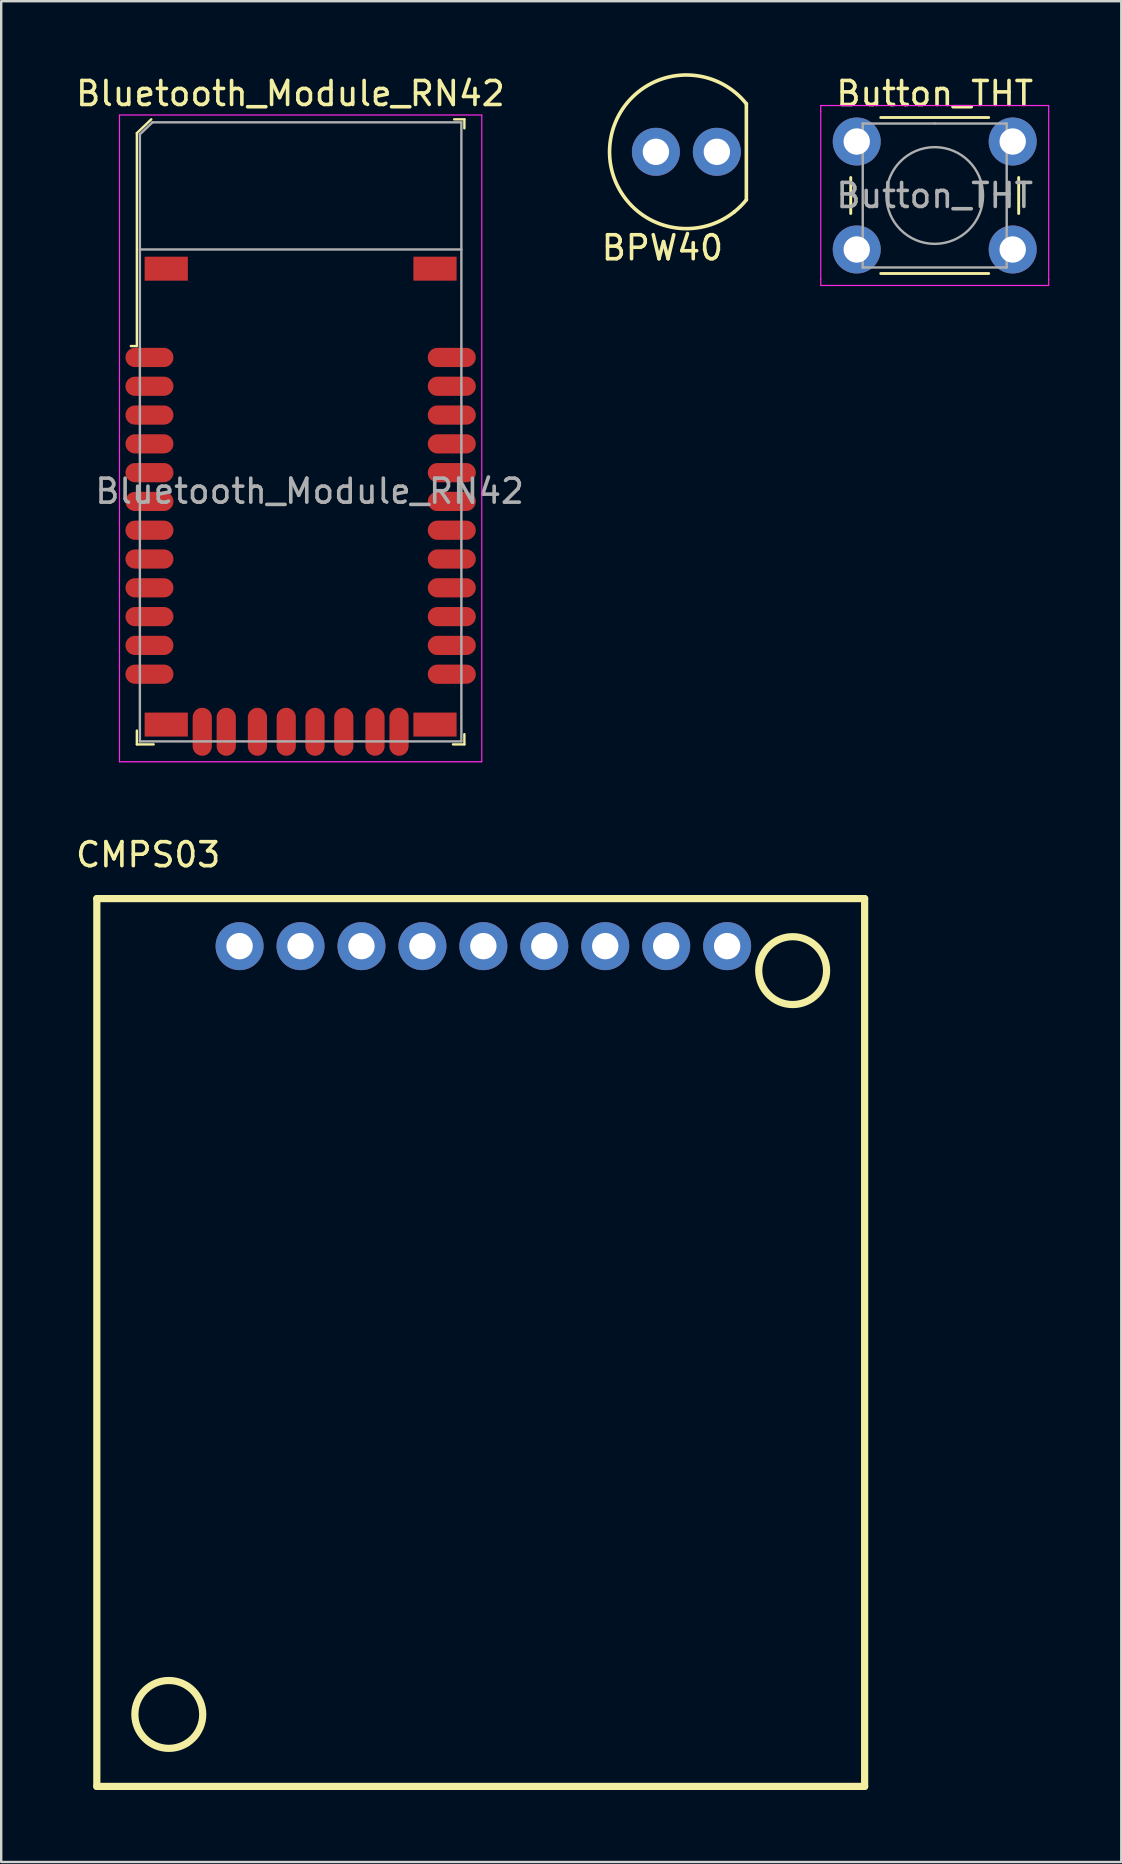
<source format=kicad_pcb>
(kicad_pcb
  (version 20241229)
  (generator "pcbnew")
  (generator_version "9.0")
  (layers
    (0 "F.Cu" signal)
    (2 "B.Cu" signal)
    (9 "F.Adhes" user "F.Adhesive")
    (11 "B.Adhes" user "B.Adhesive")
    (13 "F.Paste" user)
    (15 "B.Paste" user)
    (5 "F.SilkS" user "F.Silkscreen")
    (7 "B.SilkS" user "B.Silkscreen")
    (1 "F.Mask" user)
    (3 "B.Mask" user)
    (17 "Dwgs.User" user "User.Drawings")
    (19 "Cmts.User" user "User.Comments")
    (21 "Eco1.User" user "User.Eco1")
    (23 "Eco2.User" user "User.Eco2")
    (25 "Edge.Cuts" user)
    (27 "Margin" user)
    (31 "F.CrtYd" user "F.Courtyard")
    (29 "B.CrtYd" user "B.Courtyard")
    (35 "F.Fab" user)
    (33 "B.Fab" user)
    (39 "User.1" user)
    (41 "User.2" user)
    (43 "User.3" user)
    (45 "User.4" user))
  (footprint "BPW40"
    (layer "F.Cu")
    (at 25.556 3.277)
    (property "Reference" "BPW40" (at -1 4 0) (layer "F.SilkS") (effects (font (size 1 1) (thickness 0.15))))
    (attr through_hole)
    (fp_line (start 2.5 2) (end 2.5 -2) (stroke (width 0.15) (type solid)) (layer "F.SilkS"))
    (fp_arc (start 2 2.5) (mid -3.181981 -0.353553) (end 2.5 -2) (stroke (width 0.15) (type solid)) (layer "F.SilkS"))
    (fp_arc (start 2.5 2) (mid 2.263846 2.263846) (end 2 2.5) (stroke (width 0.15) (type solid)) (layer "F.SilkS"))
    (pad "1" thru_hole circle (at -1.27 0) (size 2 2) (drill 1.1) (layers "*.Cu" "*.Mask"))
    (pad "2" thru_hole circle (at 1.27 0) (size 2 2) (drill 1.1) (layers "*.Cu" "*.Mask")))
  (footprint "Bluetooth_Module_RN42"
    (layer "F.Cu")
    (at 9.454 17.273)
    (property "Reference" "Bluetooth_Module_RN42" (at -0.4 -16.425 0) (layer "F.SilkS") (effects (font (size 1 1) (thickness 0.15))))
    (attr through_hole)
    (fp_line (start -6.8 -14.775) (end -6.8 -5.9) (stroke (width 0.1) (type solid)) (layer "F.SilkS"))
    (fp_line (start -6.8 -5.9) (end -7.05 -5.9) (stroke (width 0.1) (type solid)) (layer "F.SilkS"))
    (fp_line (start -6.8 10.7) (end -6.8 10.125) (stroke (width 0.1) (type solid)) (layer "F.SilkS"))
    (fp_line (start -6.2 -15.35) (end -6.8 -14.775) (stroke (width 0.1) (type solid)) (layer "F.SilkS"))
    (fp_line (start -6.1 10.7) (end -6.8 10.7) (stroke (width 0.1) (type solid)) (layer "F.SilkS"))
    (fp_line (start 6.425 -15.35) (end 6.85 -15.35) (stroke (width 0.1) (type solid)) (layer "F.SilkS"))
    (fp_line (start 6.85 -15.35) (end 6.85 -14.975) (stroke (width 0.1) (type solid)) (layer "F.SilkS"))
    (fp_line (start 6.85 10.275) (end 6.85 10.7) (stroke (width 0.1) (type solid)) (layer "F.SilkS"))
    (fp_line (start 6.85 10.7) (end 6.375 10.7) (stroke (width 0.1) (type solid)) (layer "F.SilkS"))
    (fp_line (start -7.525 11.425) (end -7.525 -15.529) (stroke (width 0.05) (type solid)) (layer "F.CrtYd"))
    (fp_line (start 7.575 -15.529) (end -7.525 -15.529) (stroke (width 0.05) (type solid)) (layer "F.CrtYd"))
    (fp_line (start 7.575 -15.529) (end 7.575 11.425) (stroke (width 0.05) (type solid)) (layer "F.CrtYd"))
    (fp_line (start 7.575 11.425) (end -7.525 11.425) (stroke (width 0.05) (type solid)) (layer "F.CrtYd"))
    (fp_line (start -6.675 -14.725) (end -6.675 10.575) (stroke (width 0.1) (type solid)) (layer "F.Fab"))
    (fp_line (start -6.675 -9.925) (end 6.725 -9.925) (stroke (width 0.1) (type solid)) (layer "F.Fab"))
    (fp_line (start -6.15 -15.225) (end -6.675 -14.725) (stroke (width 0.1) (type solid)) (layer "F.Fab"))
    (fp_line (start -6.15 -15.225) (end 6.725 -15.225) (stroke (width 0.1) (type solid)) (layer "F.Fab"))
    (fp_line (start 6.725 -15.225) (end 6.725 10.575) (stroke (width 0.1) (type solid)) (layer "F.Fab"))
    (fp_line (start 6.725 10.575) (end -6.675 10.575) (stroke (width 0.1) (type solid)) (layer "F.Fab"))
    (fp_text user "${REFERENCE}" (at 0.4 0.15 0) (layer "F.Fab") (effects (font (size 1 1) (thickness 0.15))))
    (pad "1" smd oval (at -6.275 -5.425) (size 2 0.8) (layers "F.Cu" "F.Mask" "F.Paste"))
    (pad "2" smd oval (at -6.275 -4.225) (size 2 0.8) (layers "F.Cu" "F.Mask" "F.Paste"))
    (pad "3" smd oval (at -6.275 -3.025) (size 2 0.8) (layers "F.Cu" "F.Mask" "F.Paste"))
    (pad "4" smd oval (at -6.275 -1.825) (size 2 0.8) (layers "F.Cu" "F.Mask" "F.Paste"))
    (pad "5" smd oval (at -6.275 -0.625) (size 2 0.8) (layers "F.Cu" "F.Mask" "F.Paste"))
    (pad "6" smd oval (at -6.275 0.575) (size 2 0.8) (layers "F.Cu" "F.Mask" "F.Paste"))
    (pad "7" smd oval (at -6.275 1.775) (size 2 0.8) (layers "F.Cu" "F.Mask" "F.Paste"))
    (pad "8" smd oval (at -6.275 2.975) (size 2 0.8) (layers "F.Cu" "F.Mask" "F.Paste"))
    (pad "9" smd oval (at -6.275 4.175) (size 2 0.8) (layers "F.Cu" "F.Mask" "F.Paste"))
    (pad "10" smd oval (at -6.275 5.375) (size 2 0.8) (layers "F.Cu" "F.Mask" "F.Paste"))
    (pad "11" smd oval (at -6.275 6.575) (size 2 0.8) (layers "F.Cu" "F.Mask" "F.Paste"))
    (pad "12" smd oval (at -6.275 7.775) (size 2 0.8) (layers "F.Cu" "F.Mask" "F.Paste"))
    (pad "13" smd oval (at 6.325 7.775) (size 2 0.8) (layers "F.Cu" "F.Mask" "F.Paste"))
    (pad "14" smd oval (at 6.325 6.575) (size 2 0.8) (layers "F.Cu" "F.Mask" "F.Paste"))
    (pad "15" smd oval (at 6.325 5.375) (size 2 0.8) (layers "F.Cu" "F.Mask" "F.Paste"))
    (pad "16" smd oval (at 6.325 4.175) (size 2 0.8) (layers "F.Cu" "F.Mask" "F.Paste"))
    (pad "17" smd oval (at 6.325 2.975) (size 2 0.8) (layers "F.Cu" "F.Mask" "F.Paste"))
    (pad "18" smd oval (at 6.325 1.775) (size 2 0.8) (layers "F.Cu" "F.Mask" "F.Paste"))
    (pad "19" smd oval (at 6.325 0.575) (size 2 0.8) (layers "F.Cu" "F.Mask" "F.Paste"))
    (pad "20" smd oval (at 6.325 -0.625) (size 2 0.8) (layers "F.Cu" "F.Mask" "F.Paste"))
    (pad "21" smd oval (at 6.325 -1.825) (size 2 0.8) (layers "F.Cu" "F.Mask" "F.Paste"))
    (pad "22" smd oval (at 6.325 -3.025) (size 2 0.8) (layers "F.Cu" "F.Mask" "F.Paste"))
    (pad "23" smd oval (at 6.325 -4.225) (size 2 0.8) (layers "F.Cu" "F.Mask" "F.Paste"))
    (pad "24" smd oval (at 6.325 -5.425) (size 2 0.8) (layers "F.Cu" "F.Mask" "F.Paste"))
    (pad "28" smd oval (at 3.125 10.175) (size 0.8 2) (layers "F.Cu" "F.Mask" "F.Paste"))
    (pad "29" smd oval (at -3.075 10.175) (size 0.8 2) (layers "F.Cu" "F.Mask" "F.Paste"))
    (pad "30" smd oval (at 4.125 10.175) (size 0.8 2) (layers "F.Cu" "F.Mask" "F.Paste"))
    (pad "31" smd oval (at 1.825 10.175) (size 0.8 2) (layers "F.Cu" "F.Mask" "F.Paste"))
    (pad "32" smd oval (at 0.625 10.175) (size 0.8 2) (layers "F.Cu" "F.Mask" "F.Paste"))
    (pad "33" smd oval (at -0.575 10.175) (size 0.8 2) (layers "F.Cu" "F.Mask" "F.Paste"))
    (pad "34" smd oval (at -1.775 10.175) (size 0.8 2) (layers "F.Cu" "F.Mask" "F.Paste"))
    (pad "35" smd oval (at -4.075 10.175) (size 0.8 2) (layers "F.Cu" "F.Mask" "F.Paste"))
    (pad "36" smd rect (at -5.575 -9.125) (size 1.8 1) (layers "F.Cu" "F.Mask" "F.Paste"))
    (pad "36" smd rect (at -5.575 9.875) (size 1.8 1) (layers "F.Cu" "F.Mask" "F.Paste"))
    (pad "36" smd rect (at 5.625 -9.125) (size 1.8 1) (layers "F.Cu" "F.Mask" "F.Paste"))
    (pad "36" smd rect (at 5.625 9.875) (size 1.8 1) (layers "F.Cu" "F.Mask" "F.Paste")))
  (footprint "Button_THT"
    (layer "F.Cu")
    (at 32.656 2.848)
    (property "Reference" "Button_THT" (at 3.25 -2 0) (layer "F.SilkS") (effects (font (size 1 1) (thickness 0.15))))
    (attr through_hole)
    (fp_line (start -0.25 1.5) (end -0.25 3) (stroke (width 0.12) (type solid)) (layer "F.SilkS"))
    (fp_line (start 1 5.5) (end 5.5 5.5) (stroke (width 0.12) (type solid)) (layer "F.SilkS"))
    (fp_line (start 5.5 -1) (end 1 -1) (stroke (width 0.12) (type solid)) (layer "F.SilkS"))
    (fp_line (start 6.75 3) (end 6.75 1.5) (stroke (width 0.12) (type solid)) (layer "F.SilkS"))
    (fp_line (start -1.5 -1.5) (end -1.25 -1.5) (stroke (width 0.05) (type solid)) (layer "F.CrtYd"))
    (fp_line (start -1.5 -1.25) (end -1.5 -1.5) (stroke (width 0.05) (type solid)) (layer "F.CrtYd"))
    (fp_line (start -1.5 5.75) (end -1.5 -1.25) (stroke (width 0.05) (type solid)) (layer "F.CrtYd"))
    (fp_line (start -1.5 5.75) (end -1.5 6) (stroke (width 0.05) (type solid)) (layer "F.CrtYd"))
    (fp_line (start -1.5 6) (end -1.25 6) (stroke (width 0.05) (type solid)) (layer "F.CrtYd"))
    (fp_line (start -1.25 -1.5) (end 7.75 -1.5) (stroke (width 0.05) (type solid)) (layer "F.CrtYd"))
    (fp_line (start 7.75 -1.5) (end 8 -1.5) (stroke (width 0.05) (type solid)) (layer "F.CrtYd"))
    (fp_line (start 7.75 6) (end -1.25 6) (stroke (width 0.05) (type solid)) (layer "F.CrtYd"))
    (fp_line (start 7.75 6) (end 8 6) (stroke (width 0.05) (type solid)) (layer "F.CrtYd"))
    (fp_line (start 8 -1.5) (end 8 -1.25) (stroke (width 0.05) (type solid)) (layer "F.CrtYd"))
    (fp_line (start 8 -1.25) (end 8 5.75) (stroke (width 0.05) (type solid)) (layer "F.CrtYd"))
    (fp_line (start 8 6) (end 8 5.75) (stroke (width 0.05) (type solid)) (layer "F.CrtYd"))
    (fp_line (start 0.25 -0.75) (end 3.25 -0.75) (stroke (width 0.1) (type solid)) (layer "F.Fab"))
    (fp_line (start 0.25 5.25) (end 0.25 -0.75) (stroke (width 0.1) (type solid)) (layer "F.Fab"))
    (fp_line (start 3.25 -0.75) (end 6.25 -0.75) (stroke (width 0.1) (type solid)) (layer "F.Fab"))
    (fp_line (start 6.25 -0.75) (end 6.25 5.25) (stroke (width 0.1) (type solid)) (layer "F.Fab"))
    (fp_line (start 6.25 5.25) (end 0.25 5.25) (stroke (width 0.1) (type solid)) (layer "F.Fab"))
    (fp_circle (center 3.25 2.25) (end 1.25 2.5) (stroke (width 0.1) (type solid)) (fill no) (layer "F.Fab"))
    (fp_text user "${REFERENCE}" (at 3.25 2.25 0) (layer "F.Fab") (effects (font (size 1 1) (thickness 0.15))))
    (pad "1" thru_hole circle (at 0 0 90) (size 2 2) (drill 1.1) (layers "*.Cu" "*.Mask"))
    (pad "1" thru_hole circle (at 6.5 0 90) (size 2 2) (drill 1.1) (layers "*.Cu" "*.Mask"))
    (pad "2" thru_hole circle (at 0 4.5 90) (size 2 2) (drill 1.1) (layers "*.Cu" "*.Mask"))
    (pad "2" thru_hole circle (at 6.5 4.5 90) (size 2 2) (drill 1.1) (layers "*.Cu" "*.Mask")))
  (footprint "CMPS03"
    (layer "F.Cu")
    (at 6.935 36.382)
    (property "Reference" "CMPS03" (at -3.81 -3.81 180) (layer "F.SilkS") (effects (font (size 1 1) (thickness 0.15))))
    (attr through_hole)
    (fp_line (start -5.95 -1.98) (end -5.95 35.02) (stroke (width 0.3) (type solid)) (layer "F.SilkS"))
    (fp_line (start 26.05 -1.98) (end -5.95 -1.98) (stroke (width 0.3) (type solid)) (layer "F.SilkS"))
    (fp_line (start 26.05 35.02) (end -5.95 35.02) (stroke (width 0.3) (type solid)) (layer "F.SilkS"))
    (fp_line (start 26.05 35.02) (end 26.05 -1.98) (stroke (width 0.3) (type solid)) (layer "F.SilkS"))
    (fp_circle (center -2.95 32.02) (end -3.95 33.02) (stroke (width 0.3) (type solid)) (fill no) (layer "F.SilkS"))
    (fp_circle (center 23.05 1.02) (end 24.05 0.02) (stroke (width 0.3) (type solid)) (fill no) (layer "F.SilkS"))
    (pad "1" thru_hole circle (at 0 0) (size 2 2) (drill 1.1) (layers "*.Cu" "*.Mask"))
    (pad "2" thru_hole circle (at 2.54 0) (size 2 2) (drill 1.1) (layers "*.Cu" "*.Mask"))
    (pad "3" thru_hole circle (at 5.08 0) (size 2 2) (drill 1.1) (layers "*.Cu" "*.Mask"))
    (pad "4" thru_hole circle (at 7.62 0) (size 2 2) (drill 1.1) (layers "*.Cu" "*.Mask"))
    (pad "5" thru_hole circle (at 10.16 0) (size 2 2) (drill 1.1) (layers "*.Cu" "*.Mask"))
    (pad "6" thru_hole circle (at 12.7 0) (size 2 2) (drill 1.1) (layers "*.Cu" "*.Mask"))
    (pad "7" thru_hole circle (at 15.24 0) (size 2 2) (drill 1.1) (layers "*.Cu" "*.Mask"))
    (pad "8" thru_hole circle (at 17.78 0) (size 2 2) (drill 1.1) (layers "*.Cu" "*.Mask"))
    (pad "9" thru_hole circle (at 20.32 0) (size 2 2) (drill 1.1) (layers "*.Cu" "*.Mask")))
  (gr_rect
    (start -3 -3)
    (end 43.681 74.552)
    (stroke (width 0.1) (type default))
    (fill no)
    (layer "Edge.Cuts")))
</source>
